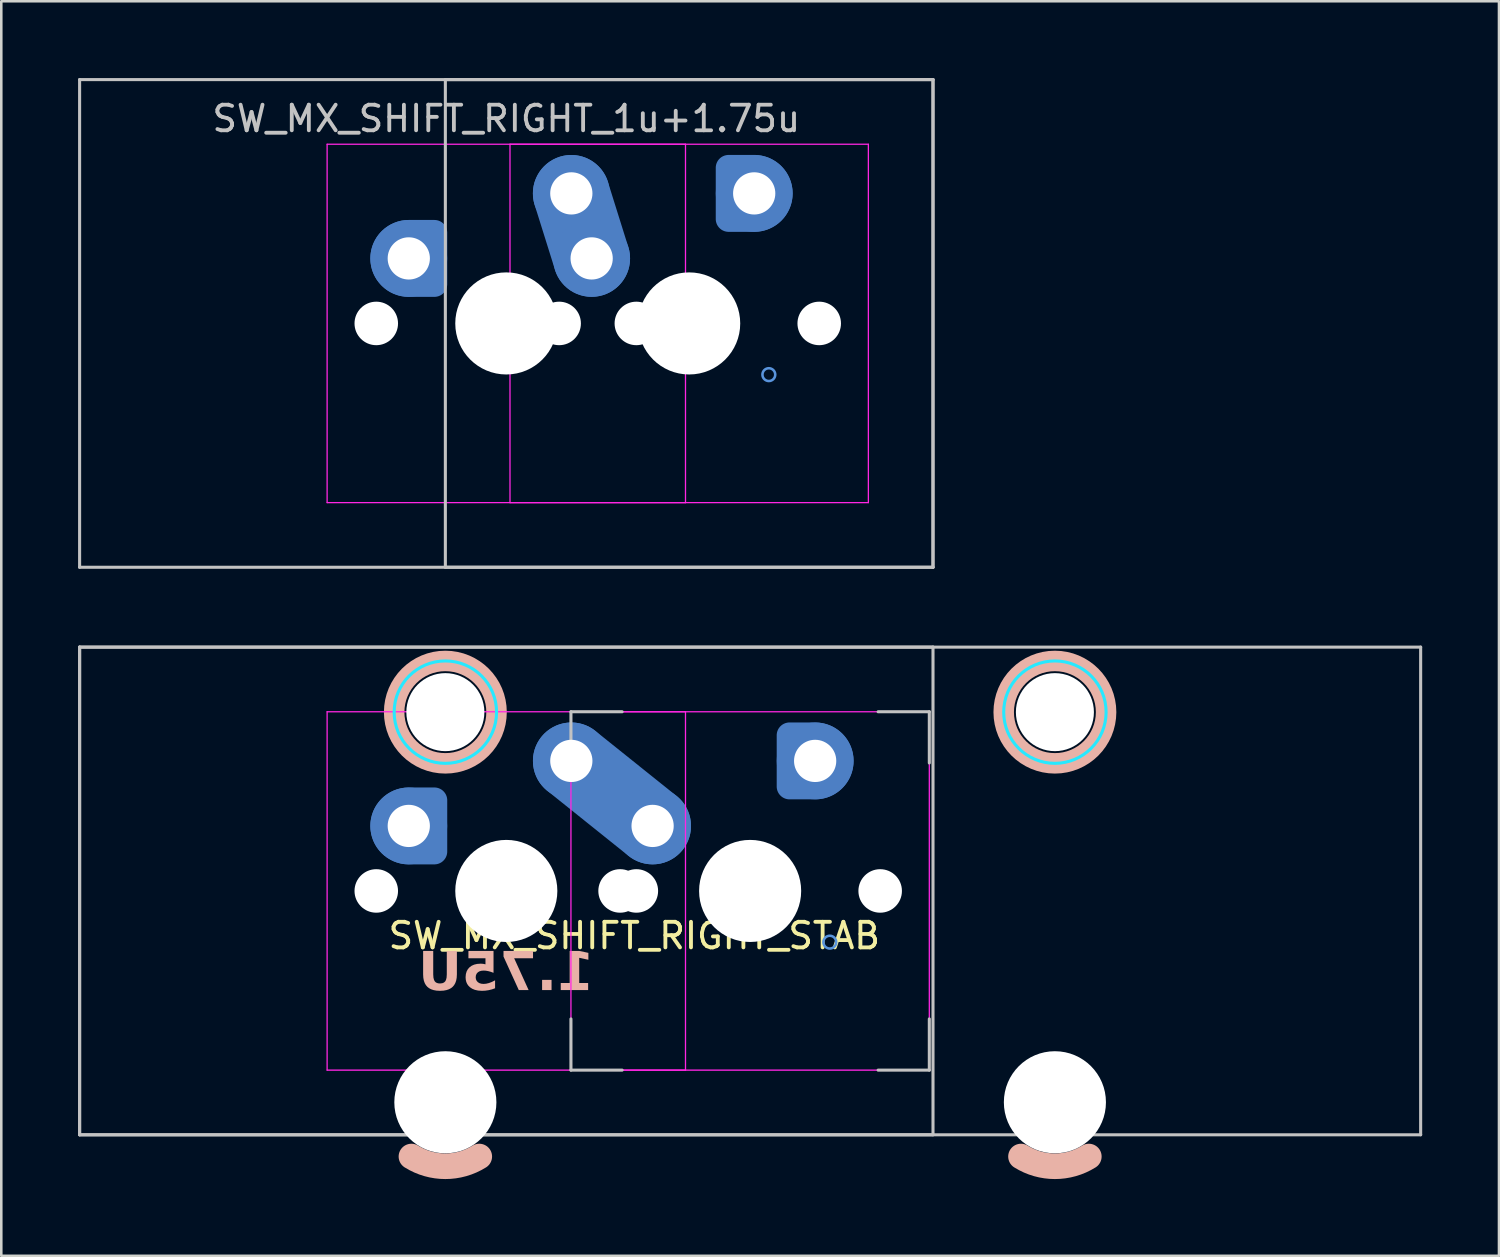
<source format=kicad_pcb>
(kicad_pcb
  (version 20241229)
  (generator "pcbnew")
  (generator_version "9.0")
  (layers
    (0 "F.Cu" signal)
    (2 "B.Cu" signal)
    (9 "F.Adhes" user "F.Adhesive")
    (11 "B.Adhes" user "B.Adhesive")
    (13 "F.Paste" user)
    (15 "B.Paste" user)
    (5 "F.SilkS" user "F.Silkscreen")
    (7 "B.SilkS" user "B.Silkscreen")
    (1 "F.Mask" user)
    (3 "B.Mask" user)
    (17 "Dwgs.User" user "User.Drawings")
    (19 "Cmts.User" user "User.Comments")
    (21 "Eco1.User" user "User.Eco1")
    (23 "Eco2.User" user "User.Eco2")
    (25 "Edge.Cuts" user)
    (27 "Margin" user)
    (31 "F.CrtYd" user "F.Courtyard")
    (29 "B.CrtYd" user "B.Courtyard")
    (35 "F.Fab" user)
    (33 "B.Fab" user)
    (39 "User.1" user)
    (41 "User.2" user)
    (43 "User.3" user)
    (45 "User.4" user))
  (footprint "SW_MX_SHIFT_RIGHT_STAB"
    (layer "F.Cu")
    (at 16.729 31.755)
    (property "Reference" "SW_MX_SHIFT_RIGHT_STAB" (at 5 1.75 0) (layer "F.SilkS") (effects (font (size 1 1) (thickness 0.15))))
    (attr through_hole exclude_from_pos_files exclude_from_bom)
    (fp_arc (start -1.056252 10.374995) (mid -2.38125 10.755) (end -3.706248 10.374995) (stroke (width 1) (type default)) (layer "B.SilkS"))
    (fp_arc (start 22.756248 10.374995) (mid 21.43125 10.755) (end 20.106252 10.374995) (stroke (width 1) (type default)) (layer "B.SilkS"))
    (fp_circle (center -2.381 -6.985) (end -4.381 -6.985) (stroke (width 0.8) (type solid)) (fill no) (layer "B.SilkS"))
    (fp_circle (center 21.431 -6.985) (end 19.431 -6.985) (stroke (width 0.8) (type solid)) (fill no) (layer "B.SilkS"))
    (fp_line (start -16.669 -9.525) (end -16.669 9.525) (stroke (width 0.12) (type solid)) (layer "Dwgs.User"))
    (fp_line (start -16.669 -9.525) (end -16.669 9.525) (stroke (width 0.12) (type solid)) (layer "Dwgs.User"))
    (fp_line (start -16.669 -9.525) (end 35.719 -9.525) (stroke (width 0.12) (type solid)) (layer "Dwgs.User"))
    (fp_line (start -16.669 9.525) (end 16.669 9.525) (stroke (width 0.12) (type solid)) (layer "Dwgs.User"))
    (fp_line (start -16.669 9.525) (end 35.719 9.525) (stroke (width 0.12) (type solid)) (layer "Dwgs.User"))
    (fp_line (start 2.525 -7) (end 4.525 -7) (stroke (width 0.12) (type solid)) (layer "Dwgs.User"))
    (fp_line (start 2.525 -5) (end 2.525 -7) (stroke (width 0.12) (type solid)) (layer "Dwgs.User"))
    (fp_line (start 2.525 7) (end 2.525 5) (stroke (width 0.12) (type solid)) (layer "Dwgs.User"))
    (fp_line (start 4.525 7) (end 2.525 7) (stroke (width 0.12) (type solid)) (layer "Dwgs.User"))
    (fp_line (start 14.525 -7) (end 16.525 -7) (stroke (width 0.12) (type solid)) (layer "Dwgs.User"))
    (fp_line (start 14.525 7) (end 16.525 7) (stroke (width 0.12) (type solid)) (layer "Dwgs.User"))
    (fp_line (start 16.525 -7) (end 16.525 -5) (stroke (width 0.12) (type solid)) (layer "Dwgs.User"))
    (fp_line (start 16.525 7) (end 16.525 5) (stroke (width 0.12) (type solid)) (layer "Dwgs.User"))
    (fp_line (start 16.669 -9.525) (end -16.669 -9.525) (stroke (width 0.12) (type solid)) (layer "Dwgs.User"))
    (fp_line (start 16.669 9.525) (end 16.669 -9.525) (stroke (width 0.12) (type solid)) (layer "Dwgs.User"))
    (fp_line (start 35.719 -9.525) (end 35.719 9.525) (stroke (width 0.12) (type solid)) (layer "Dwgs.User"))
    (fp_circle (center -3.81 -2.54) (end -3.81 -2.79) (stroke (width 0.1) (type default)) (fill no) (layer "Cmts.User"))
    (fp_circle (center -3.81 -2.54) (end -3.81 -2.79) (stroke (width 0.1) (type default)) (fill no) (layer "Cmts.User"))
    (fp_circle (center 12.065 -5.08) (end 12.065 -4.83) (stroke (width 0.1) (type default)) (fill no) (layer "Cmts.User"))
    (fp_circle (center 12.637 2) (end 12.637 1.75) (stroke (width 0.1) (type default)) (fill no) (layer "Cmts.User"))
    (fp_line (start -7 6.5) (end -7 -6.5) (stroke (width 0.05) (type solid)) (layer "Eco2.User"))
    (fp_line (start -6.5 -7) (end 6.5 -7) (stroke (width 0.05) (type solid)) (layer "Eco2.User"))
    (fp_line (start -5.756 -5.5) (end -5.756 7.5) (stroke (width 0.05) (type solid)) (layer "Eco2.User"))
    (fp_line (start -5.256 -6) (end 0.494 -6) (stroke (width 0.05) (type solid)) (layer "Eco2.User"))
    (fp_line (start -5.256 8) (end 0.494 8) (stroke (width 0.05) (type solid)) (layer "Eco2.User"))
    (fp_line (start 0.994 -5.5) (end 0.994 7.5) (stroke (width 0.05) (type solid)) (layer "Eco2.User"))
    (fp_line (start 2.525 6.5) (end 2.525 -6.5) (stroke (width 0.05) (type solid)) (layer "Eco2.User"))
    (fp_line (start 3.025 -7) (end 16.025 -7) (stroke (width 0.05) (type solid)) (layer "Eco2.User"))
    (fp_line (start 6.5 7) (end -6.5 7) (stroke (width 0.05) (type solid)) (layer "Eco2.User"))
    (fp_line (start 7 -6.5) (end 7 6.5) (stroke (width 0.05) (type solid)) (layer "Eco2.User"))
    (fp_line (start 16.025 7) (end 3.025 7) (stroke (width 0.05) (type solid)) (layer "Eco2.User"))
    (fp_line (start 16.525 -6.5) (end 16.525 6.5) (stroke (width 0.05) (type solid)) (layer "Eco2.User"))
    (fp_line (start 18.056 -5.5) (end 18.056 7.5) (stroke (width 0.05) (type solid)) (layer "Eco2.User"))
    (fp_line (start 18.556 -6) (end 24.305 -6) (stroke (width 0.05) (type solid)) (layer "Eco2.User"))
    (fp_line (start 18.556 8) (end 24.306 8) (stroke (width 0.05) (type solid)) (layer "Eco2.User"))
    (fp_line (start 24.805 -5.5) (end 24.806 7.5) (stroke (width 0.05) (type solid)) (layer "Eco2.User"))
    (fp_arc (start -7 -6.5) (mid -6.853553 -6.853553) (end -6.5 -7) (stroke (width 0.05) (type solid)) (layer "Eco2.User"))
    (fp_arc (start -6.5 7) (mid -6.853553 6.853553) (end -7 6.5) (stroke (width 0.05) (type solid)) (layer "Eco2.User"))
    (fp_arc (start -5.75625 -5.499999) (mid -5.609803 -5.853552) (end -5.25625 -5.999999) (stroke (width 0.05) (type solid)) (layer "Eco2.User"))
    (fp_arc (start -5.25625 8.000001) (mid -5.609803 7.853554) (end -5.75625 7.500001) (stroke (width 0.05) (type solid)) (layer "Eco2.User"))
    (fp_arc (start 0.49375 -5.999999) (mid 0.847303 -5.853552) (end 0.99375 -5.499999) (stroke (width 0.05) (type solid)) (layer "Eco2.User"))
    (fp_arc (start 0.99375 7.500001) (mid 0.847303 7.853554) (end 0.49375 8.000001) (stroke (width 0.05) (type solid)) (layer "Eco2.User"))
    (fp_arc (start 2.525 -6.5) (mid 2.671447 -6.853553) (end 3.025 -7) (stroke (width 0.05) (type solid)) (layer "Eco2.User"))
    (fp_arc (start 3.025 7) (mid 2.671447 6.853553) (end 2.525 6.5) (stroke (width 0.05) (type solid)) (layer "Eco2.User"))
    (fp_arc (start 6.5 -7) (mid 6.853553 -6.853553) (end 7 -6.5) (stroke (width 0.05) (type solid)) (layer "Eco2.User"))
    (fp_arc (start 6.997236 6.498884) (mid 6.850806 6.852454) (end 6.497236 6.998884) (stroke (width 0.05) (type solid)) (layer "Eco2.User"))
    (fp_arc (start 16.025 -7) (mid 16.378553 -6.853553) (end 16.525 -6.5) (stroke (width 0.05) (type solid)) (layer "Eco2.User"))
    (fp_arc (start 16.522236 6.498884) (mid 16.375806 6.852455) (end 16.022236 6.998884) (stroke (width 0.05) (type solid)) (layer "Eco2.User"))
    (fp_arc (start 18.05625 -5.499999) (mid 18.202693 -5.853571) (end 18.55625 -5.999999) (stroke (width 0.05) (type solid)) (layer "Eco2.User"))
    (fp_arc (start 18.55625 8.000001) (mid 18.202729 7.853537) (end 18.05625 7.500001) (stroke (width 0.05) (type solid)) (layer "Eco2.User"))
    (fp_arc (start 24.305039 -5.999999) (mid 24.658567 -5.853539) (end 24.805039 -5.499999) (stroke (width 0.05) (type solid)) (layer "Eco2.User"))
    (fp_arc (start 24.80625 7.500001) (mid 24.659806 7.853571) (end 24.30625 8.000001) (stroke (width 0.05) (type solid)) (layer "Eco2.User"))
    (fp_circle (center -2.381 -6.985) (end -0.381 -6.985) (stroke (width 0.12) (type solid)) (fill no) (layer "B.CrtYd"))
    (fp_circle (center 21.431 -6.985) (end 23.431 -6.985) (stroke (width 0.12) (type solid)) (fill no) (layer "B.CrtYd"))
    (fp_line (start -7 -7) (end -7 7) (stroke (width 0.05) (type solid)) (layer "F.CrtYd"))
    (fp_line (start -7 7) (end 7 7) (stroke (width 0.05) (type solid)) (layer "F.CrtYd"))
    (fp_line (start 2.525 -7) (end 2.525 7) (stroke (width 0.05) (type solid)) (layer "F.CrtYd"))
    (fp_line (start 2.525 7) (end 16.525 7) (stroke (width 0.05) (type solid)) (layer "F.CrtYd"))
    (fp_line (start 7 -7) (end -7 -7) (stroke (width 0.05) (type solid)) (layer "F.CrtYd"))
    (fp_line (start 7 7) (end 7 -7) (stroke (width 0.05) (type solid)) (layer "F.CrtYd"))
    (fp_line (start 16.525 -7) (end 2.525 -7) (stroke (width 0.05) (type solid)) (layer "F.CrtYd"))
    (fp_line (start 16.525 7) (end 16.525 -7) (stroke (width 0.05) (type solid)) (layer "F.CrtYd"))
    (fp_text user "1.75U" (at 0 3.25 0) (layer "B.SilkS") (effects (font (face "Hitmo2.0") (size 1.5 1.5) (thickness 0.3) (bold yes)) (justify mirror)))
    (pad "" np_thru_hole circle (at -5.08 0) (size 1.7 1.7) (drill 1.7) (layers "*.Cu" "*.Mask"))
    (pad "" np_thru_hole circle (at -2.381 -6.985) (size 3.048 3.048) (drill 3.048) (layers "*.Cu" "*.Mask"))
    (pad "" np_thru_hole circle (at -2.381 8.255) (size 3.988 3.988) (drill 3.988) (layers "*.Cu" "*.Mask"))
    (pad "" np_thru_hole circle (at 0 0) (size 3.988 3.988) (drill 3.988) (layers "*.Cu" "*.Mask"))
    (pad "" np_thru_hole circle (at 4.445 0) (size 1.7 1.7) (drill 1.7) (layers "*.Cu" "*.Mask"))
    (pad "" np_thru_hole circle (at 5.08 0) (size 1.7 1.7) (drill 1.7) (layers "*.Cu" "*.Mask"))
    (pad "" np_thru_hole circle (at 9.525 0) (size 3.988 3.988) (drill 3.988) (layers "*.Cu" "*.Mask"))
    (pad "" np_thru_hole circle (at 14.605 0) (size 1.7 1.7) (drill 1.7) (layers "*.Cu" "*.Mask"))
    (pad "" np_thru_hole circle (at 21.431 -6.985) (size 3.048 3.048) (drill 3.048) (layers "*.Cu" "*.Mask"))
    (pad "" np_thru_hole circle (at 21.431 8.255) (size 3.988 3.988) (drill 3.988) (layers "*.Cu" "*.Mask"))
    (pad "1" thru_hole circle (at -3.81 -2.54) (size 2 2) (drill 1.65) (layers "*.Cu") (remove_unused_layers yes) (keep_end_layers yes) (zone_layer_connections))
    (pad "1" smd custom (at -3.81 -2.54) (size 2.7 2.7) (layers "B.Cu" "B.Mask") (options (anchor circle)) (primitives (gr_poly (pts (arc (start 0 1.35) (mid -1.35 0) (end 0 -1.35)) (arc (start 0.9 -1.35) (mid 1.218198 -1.218198) (end 1.35 -0.9)) (arc (start 1.35 0.9) (mid 1.218198 1.218198) (end 0.9 1.35))) (width 0.004) (fill yes))))
    (pad "1" smd circle (at -3.81 -2.54) (size 3 3) (layers "B.Cu"))
    (pad "1" smd custom (at -3.81 -2.54) (size 3 3) (layers "B.Cu") (options (anchor circle)) (primitives (gr_poly (pts (arc (start 0 1.5) (mid -1.5 0) (end 0 -1.5)) (arc (start 1 -1.5) (mid 1.353554 -1.353554) (end 1.5 -1)) (arc (start 1.5 1) (mid 1.353554 1.353554) (end 1 1.5))) (width 0.004) (fill yes))))
    (pad "1" thru_hole circle (at 12.065 -5.08 180) (size 2 2) (drill 1.65) (layers "*.Cu") (remove_unused_layers yes) (keep_end_layers yes) (zone_layer_connections))
    (pad "1" smd custom (at 12.065 -5.08 180) (size 2.7 2.7) (layers "B.Cu" "B.Mask") (options (anchor circle)) (primitives (gr_poly (pts (arc (start 0 1.35) (mid -1.35 0) (end 0 -1.35)) (arc (start 0.9 -1.35) (mid 1.218198 -1.218198) (end 1.35 -0.9)) (arc (start 1.35 0.9) (mid 1.218198 1.218198) (end 0.9 1.35))) (width 0.004) (fill yes))))
    (pad "1" smd circle (at 12.065 -5.08 180) (size 3 3) (layers "B.Cu"))
    (pad "1" smd custom (at 12.065 -5.08 180) (size 3 3) (layers "B.Cu") (options (anchor circle)) (primitives (gr_poly (pts (arc (start 0 1.5) (mid -1.5 0) (end 0 -1.5)) (arc (start 1 -1.5) (mid 1.353554 -1.353554) (end 1.5 -1)) (arc (start 1.5 1) (mid 1.353554 1.353554) (end 1 1.5))) (width 0.004) (fill yes))))
    (pad "2" thru_hole circle (at 2.54 -5.08) (size 2 2) (drill 1.65) (layers "*.Cu") (remove_unused_layers yes) (keep_end_layers yes) (zone_layer_connections))
    (pad "2" smd circle (at 2.54 -5.08) (size 2.7 2.7) (layers "B.Cu" "B.Mask"))
    (pad "2" smd circle (at 2.54 -5.08 180) (size 3 3) (layers "B.Cu"))
    (pad "2" smd oval (at 4.128 -3.81 321.3) (size 6.033 2) (layers "F.Cu"))
    (pad "2" smd oval (at 4.128 -3.81 321.3) (size 7.066 3) (layers "B.Cu"))
    (pad "2" thru_hole circle (at 5.715 -2.54) (size 2 2) (drill 1.65) (layers "*.Cu") (remove_unused_layers yes) (keep_end_layers yes) (zone_layer_connections))
    (pad "2" smd circle (at 5.715 -2.54) (size 2.7 2.7) (layers "B.Cu" "B.Mask"))
    (pad "2" smd circle (at 5.715 -2.54 180) (size 3 3) (layers "B.Cu")))
  (footprint "SW_MX_SHIFT_RIGHT_1u+1.75u"
    (layer "F.Cu")
    (at 16.729 9.585)
    (property "Reference" "SW_MX_SHIFT_RIGHT_1u+1.75u" (at 0 -8 0) (layer "Dwgs.User") (effects (font (size 1 1) (thickness 0.15))))
    (attr through_hole exclude_from_pos_files exclude_from_bom)
    (fp_line (start -16.669 -9.525) (end -16.669 9.525) (stroke (width 0.12) (type solid)) (layer "Dwgs.User"))
    (fp_line (start -16.669 9.525) (end 16.669 9.525) (stroke (width 0.12) (type solid)) (layer "Dwgs.User"))
    (fp_line (start -2.381 -9.525) (end -2.381 9.525) (stroke (width 0.12) (type solid)) (layer "Dwgs.User"))
    (fp_line (start -2.381 9.525) (end 16.669 9.525) (stroke (width 0.12) (type solid)) (layer "Dwgs.User"))
    (fp_line (start 16.669 -9.525) (end -16.669 -9.525) (stroke (width 0.12) (type solid)) (layer "Dwgs.User"))
    (fp_line (start 16.669 -9.525) (end -2.381 -9.525) (stroke (width 0.12) (type solid)) (layer "Dwgs.User"))
    (fp_line (start 16.669 9.525) (end 16.669 -9.525) (stroke (width 0.12) (type solid)) (layer "Dwgs.User"))
    (fp_line (start 16.669 9.525) (end 16.669 -9.525) (stroke (width 0.12) (type solid)) (layer "Dwgs.User"))
    (fp_circle (center -3.81 -2.54) (end -3.81 -2.79) (stroke (width 0.1) (type default)) (fill no) (layer "Cmts.User"))
    (fp_circle (center 9.684 -5.08) (end 9.684 -4.83) (stroke (width 0.1) (type default)) (fill no) (layer "Cmts.User"))
    (fp_circle (center 10.256 2) (end 10.256 1.75) (stroke (width 0.1) (type default)) (fill no) (layer "Cmts.User"))
    (fp_line (start -7 6.5) (end -7 -6.5) (stroke (width 0.05) (type solid)) (layer "Eco2.User"))
    (fp_line (start -6.5 -7) (end 6.5 -7) (stroke (width 0.05) (type solid)) (layer "Eco2.User"))
    (fp_line (start 0.144 6.5) (end 0.144 -6.5) (stroke (width 0.05) (type solid)) (layer "Eco2.User"))
    (fp_line (start 0.644 -7) (end 13.644 -7) (stroke (width 0.05) (type solid)) (layer "Eco2.User"))
    (fp_line (start 6.5 7) (end -6.5 7) (stroke (width 0.05) (type solid)) (layer "Eco2.User"))
    (fp_line (start 7 -6.5) (end 7 6.5) (stroke (width 0.05) (type solid)) (layer "Eco2.User"))
    (fp_line (start 13.644 7) (end 0.644 7) (stroke (width 0.05) (type solid)) (layer "Eco2.User"))
    (fp_line (start 14.144 -6.5) (end 14.144 6.5) (stroke (width 0.05) (type solid)) (layer "Eco2.User"))
    (fp_arc (start -7 -6.5) (mid -6.853553 -6.853553) (end -6.5 -7) (stroke (width 0.05) (type solid)) (layer "Eco2.User"))
    (fp_arc (start -6.5 7) (mid -6.853553 6.853553) (end -7 6.5) (stroke (width 0.05) (type solid)) (layer "Eco2.User"))
    (fp_arc (start 0.14375 -6.5) (mid 0.290197 -6.853553) (end 0.64375 -7) (stroke (width 0.05) (type solid)) (layer "Eco2.User"))
    (fp_arc (start 0.64375 7) (mid 0.290197 6.853553) (end 0.14375 6.5) (stroke (width 0.05) (type solid)) (layer "Eco2.User"))
    (fp_arc (start 6.5 -7) (mid 6.853553 -6.853553) (end 7 -6.5) (stroke (width 0.05) (type solid)) (layer "Eco2.User"))
    (fp_arc (start 6.997236 6.498884) (mid 6.850789 6.852437) (end 6.497236 6.998884) (stroke (width 0.05) (type solid)) (layer "Eco2.User"))
    (fp_arc (start 13.64375 -7) (mid 13.997303 -6.853553) (end 14.14375 -6.5) (stroke (width 0.05) (type solid)) (layer "Eco2.User"))
    (fp_arc (start 14.140986 6.498884) (mid 13.994555 6.852453) (end 13.640986 6.998884) (stroke (width 0.05) (type solid)) (layer "Eco2.User"))
    (fp_line (start -7 -7) (end -7 7) (stroke (width 0.05) (type solid)) (layer "F.CrtYd"))
    (fp_line (start -7 7) (end 7 7) (stroke (width 0.05) (type solid)) (layer "F.CrtYd"))
    (fp_line (start 0.144 -7) (end 0.144 7) (stroke (width 0.05) (type solid)) (layer "F.CrtYd"))
    (fp_line (start 0.144 7) (end 14.144 7) (stroke (width 0.05) (type solid)) (layer "F.CrtYd"))
    (fp_line (start 7 -7) (end -7 -7) (stroke (width 0.05) (type solid)) (layer "F.CrtYd"))
    (fp_line (start 7 7) (end 7 -7) (stroke (width 0.05) (type solid)) (layer "F.CrtYd"))
    (fp_line (start 14.144 -7) (end 0.144 -7) (stroke (width 0.05) (type solid)) (layer "F.CrtYd"))
    (fp_line (start 14.144 7) (end 14.144 -7) (stroke (width 0.05) (type solid)) (layer "F.CrtYd"))
    (pad "" np_thru_hole circle (at -5.08 0) (size 1.7 1.7) (drill 1.7) (layers "*.Cu" "*.Mask"))
    (pad "" np_thru_hole circle (at 0 0) (size 3.988 3.988) (drill 3.988) (layers "*.Cu" "*.Mask"))
    (pad "" np_thru_hole circle (at 2.064 0) (size 1.7 1.7) (drill 1.7) (layers "*.Cu" "*.Mask"))
    (pad "" np_thru_hole circle (at 5.08 0) (size 1.7 1.7) (drill 1.7) (layers "*.Cu" "*.Mask"))
    (pad "" np_thru_hole circle (at 7.144 0) (size 3.988 3.988) (drill 3.988) (layers "*.Cu" "*.Mask"))
    (pad "" np_thru_hole circle (at 12.224 0) (size 1.7 1.7) (drill 1.7) (layers "*.Cu" "*.Mask"))
    (pad "1" thru_hole circle (at -3.81 -2.54) (size 2 2) (drill 1.65) (layers "*.Cu") (remove_unused_layers yes) (keep_end_layers yes) (zone_layer_connections))
    (pad "1" smd custom (at -3.81 -2.54) (size 2.7 2.7) (layers "B.Cu" "B.Mask") (options (anchor circle)) (primitives (gr_poly (pts (arc (start 0 1.35) (mid -1.35 0) (end 0 -1.35)) (arc (start 0.9 -1.35) (mid 1.218198 -1.218198) (end 1.35 -0.9)) (arc (start 1.35 0.9) (mid 1.218198 1.218198) (end 0.9 1.35))) (width 0.004) (fill yes))))
    (pad "1" smd circle (at -3.81 -2.54) (size 3 3) (layers "B.Cu"))
    (pad "1" smd custom (at -3.81 -2.54) (size 3 3) (layers "B.Cu") (options (anchor circle)) (primitives (gr_poly (pts (arc (start 0 1.5) (mid -1.5 0) (end 0 -1.5)) (arc (start 1 -1.5) (mid 1.353554 -1.353554) (end 1.5 -1)) (arc (start 1.5 1) (mid 1.353554 1.353554) (end 1 1.5))) (width 0.004) (fill yes))))
    (pad "1" thru_hole circle (at 9.684 -5.08 180) (size 2 2) (drill 1.65) (layers "*.Cu") (remove_unused_layers yes) (keep_end_layers yes) (zone_layer_connections))
    (pad "1" smd custom (at 9.684 -5.08 180) (size 2.7 2.7) (layers "B.Cu" "B.Mask") (options (anchor circle)) (primitives (gr_poly (pts (arc (start 0 1.35) (mid -1.35 0) (end 0 -1.35)) (arc (start 0.9 -1.35) (mid 1.218198 -1.218198) (end 1.35 -0.9)) (arc (start 1.35 0.9) (mid 1.218198 1.218198) (end 0.9 1.35))) (width 0.004) (fill yes))))
    (pad "1" smd circle (at 9.684 -5.08 180) (size 3 3) (layers "B.Cu"))
    (pad "1" smd custom (at 9.684 -5.08 180) (size 3 3) (layers "B.Cu") (options (anchor circle)) (primitives (gr_poly (pts (arc (start 0 1.5) (mid -1.5 0) (end 0 -1.5)) (arc (start 1 -1.5) (mid 1.353554 -1.353554) (end 1.5 -1)) (arc (start 1.5 1) (mid 1.353554 1.353554) (end 1 1.5))) (width 0.004) (fill yes))))
    (pad "2" thru_hole circle (at 2.54 -5.08) (size 2 2) (drill 1.65) (layers "*.Cu") (remove_unused_layers yes) (keep_end_layers yes) (zone_layer_connections))
    (pad "2" smd circle (at 2.54 -5.08) (size 2.7 2.7) (layers "B.Cu" "B.Mask"))
    (pad "2" smd circle (at 2.54 -5.08) (size 3 3) (layers "B.Cu"))
    (pad "2" smd oval (at 2.936 -3.81 197.4) (size 2 4.661) (layers "F.Cu"))
    (pad "2" smd oval (at 2.936 -3.81 197.4) (size 3 5.661) (layers "B.Cu"))
    (pad "2" thru_hole circle (at 3.334 -2.54) (size 2 2) (drill 1.65) (layers "*.Cu") (remove_unused_layers yes) (keep_end_layers yes) (zone_layer_connections))
    (pad "2" smd circle (at 3.334 -2.54) (size 2.7 2.7) (layers "B.Cu" "B.Mask"))
    (pad "2" smd circle (at 3.334 -2.54) (size 3 3) (layers "B.Cu")))
  (gr_rect
    (start -3 -3)
    (end 55.508 46.01)
    (stroke (width 0.1) (type default))
    (fill no)
    (layer "Edge.Cuts")))
</source>
